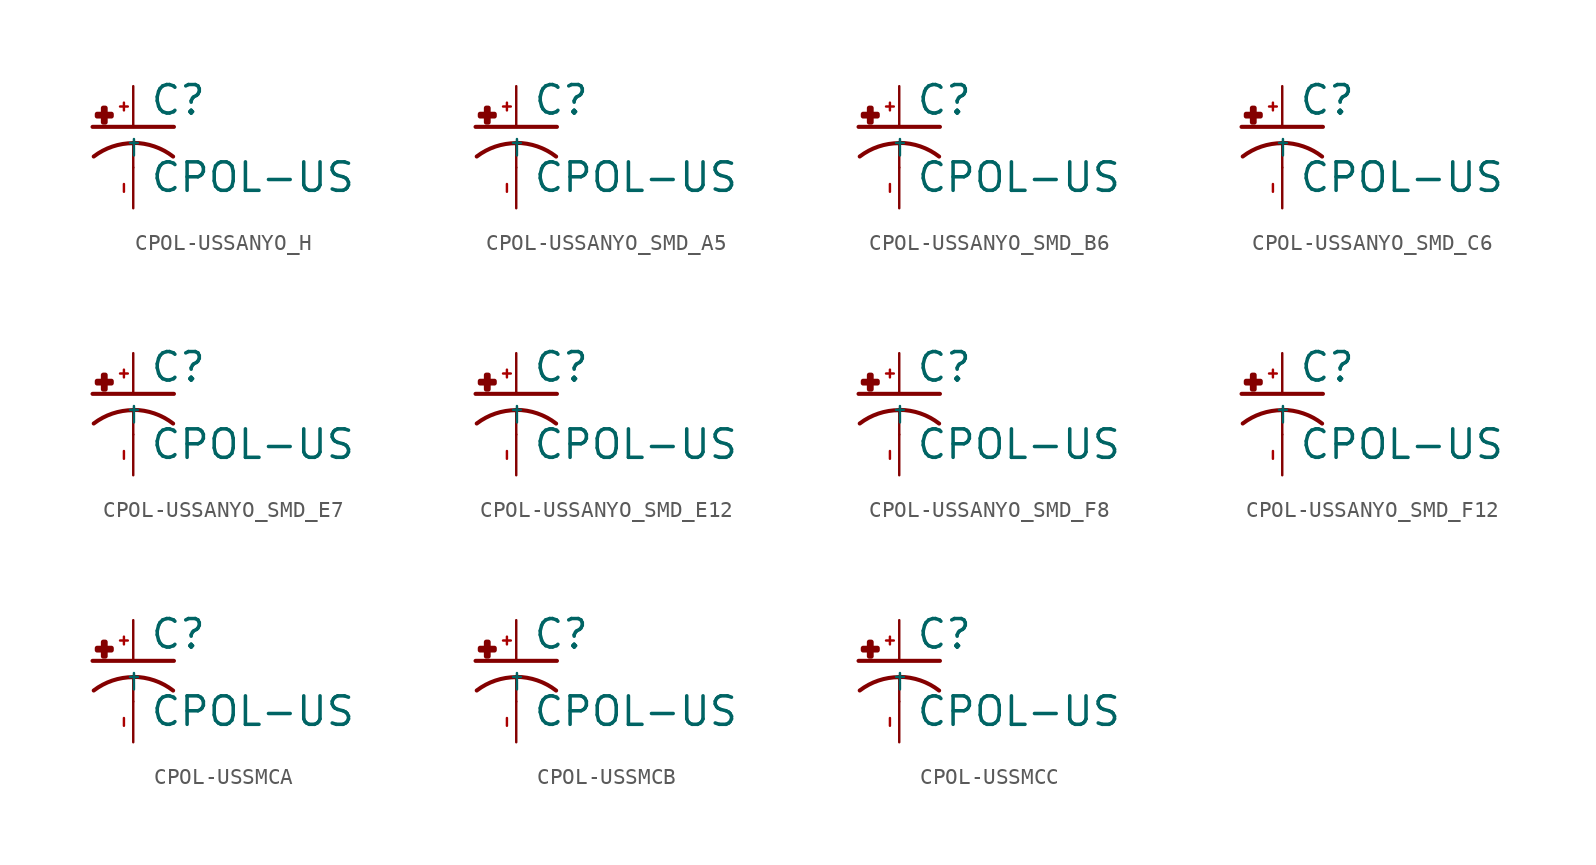
<source format=kicad_sym>
(kicad_symbol_lib
  (version 20220914)
  (generator Eagle2Kicad)
  (symbol "CPOL-USSANYO_H"
    (property "Reference" "C"
      (at 1.016 0.635 0)
      (effects (font (size 1.778 1.778) (thickness 0.22)) (justify left bottom)))
    (property "Value" "CPOL-US"
      (at 1.016 -4.191 0)
      (effects (font (size 1.778 1.778) (thickness 0.22)) (justify left bottom)))
    (polyline
      (pts (xy -2.54 0) (xy 2.54 0))
      (stroke (width 0.254) (type default))
      (fill (type none)))
    (polyline
      (pts (xy 0 -1.016) (xy 0 -2.54))
      (stroke (width 0.152) (type default))
      (fill (type none)))
    (arc
      (start 2.4892 -1.8542)
      (mid 1.316 -1.220)
      (end 0 -1)
      (stroke (width 0.254) (type default))
      (fill (type none)))
    (arc
      (start 0 -1.0161)
      (mid -1.302 -1.230)
      (end -2.4669 -1.8504)
      (stroke (width 0.254) (type default))
      (fill (type none)))
    (rectangle
      (start -2.253 0.668)
      (end -1.364 0.795)
      (stroke (width 0.3) (type default))
      (fill (type outline)))
    (rectangle
      (start -1.872 0.287)
      (end -1.745 1.176)
      (stroke (width 0.3) (type default))
      (fill (type outline)))
    (pin passive line
      (at 0 2.54 270)
      (length 2.54)
      (name "+" (effects (font (size 0.635 0.635) (thickness 0.08)) (justify left bottom)))
      (number "+" (effects (font (size 0.635 0.635) (thickness 0.08)) (justify left bottom))))
    (pin passive line
      (at 0 -5.08 90)
      (length 2.54)
      (name "-" (effects (font (size 0.635 0.635) (thickness 0.08)) (justify left bottom)))
      (number "-" (effects (font (size 0.635 0.635) (thickness 0.08)) (justify left bottom)))))
  (symbol "CPOL-USSANYO_SMD_A5"
    (property "Reference" "C"
      (at 1.016 0.635 0)
      (effects (font (size 1.778 1.778) (thickness 0.22)) (justify left bottom)))
    (property "Value" "CPOL-US"
      (at 1.016 -4.191 0)
      (effects (font (size 1.778 1.778) (thickness 0.22)) (justify left bottom)))
    (polyline
      (pts (xy -2.54 0) (xy 2.54 0))
      (stroke (width 0.254) (type default))
      (fill (type none)))
    (polyline
      (pts (xy 0 -1.016) (xy 0 -2.54))
      (stroke (width 0.152) (type default))
      (fill (type none)))
    (arc
      (start 2.4892 -1.8542)
      (mid 1.316 -1.220)
      (end 0 -1)
      (stroke (width 0.254) (type default))
      (fill (type none)))
    (arc
      (start 0 -1.0161)
      (mid -1.302 -1.230)
      (end -2.4669 -1.8504)
      (stroke (width 0.254) (type default))
      (fill (type none)))
    (rectangle
      (start -2.253 0.668)
      (end -1.364 0.795)
      (stroke (width 0.3) (type default))
      (fill (type outline)))
    (rectangle
      (start -1.872 0.287)
      (end -1.745 1.176)
      (stroke (width 0.3) (type default))
      (fill (type outline)))
    (pin passive line
      (at 0 2.54 270)
      (length 2.54)
      (name "+" (effects (font (size 0.635 0.635) (thickness 0.08)) (justify left bottom)))
      (number "+" (effects (font (size 0.635 0.635) (thickness 0.08)) (justify left bottom))))
    (pin passive line
      (at 0 -5.08 90)
      (length 2.54)
      (name "-" (effects (font (size 0.635 0.635) (thickness 0.08)) (justify left bottom)))
      (number "-" (effects (font (size 0.635 0.635) (thickness 0.08)) (justify left bottom)))))
  (symbol "CPOL-USSANYO_SMD_B6"
    (property "Reference" "C"
      (at 1.016 0.635 0)
      (effects (font (size 1.778 1.778) (thickness 0.22)) (justify left bottom)))
    (property "Value" "CPOL-US"
      (at 1.016 -4.191 0)
      (effects (font (size 1.778 1.778) (thickness 0.22)) (justify left bottom)))
    (polyline
      (pts (xy -2.54 0) (xy 2.54 0))
      (stroke (width 0.254) (type default))
      (fill (type none)))
    (polyline
      (pts (xy 0 -1.016) (xy 0 -2.54))
      (stroke (width 0.152) (type default))
      (fill (type none)))
    (arc
      (start 2.4892 -1.8542)
      (mid 1.316 -1.220)
      (end 0 -1)
      (stroke (width 0.254) (type default))
      (fill (type none)))
    (arc
      (start 0 -1.0161)
      (mid -1.302 -1.230)
      (end -2.4669 -1.8504)
      (stroke (width 0.254) (type default))
      (fill (type none)))
    (rectangle
      (start -2.253 0.668)
      (end -1.364 0.795)
      (stroke (width 0.3) (type default))
      (fill (type outline)))
    (rectangle
      (start -1.872 0.287)
      (end -1.745 1.176)
      (stroke (width 0.3) (type default))
      (fill (type outline)))
    (pin passive line
      (at 0 2.54 270)
      (length 2.54)
      (name "+" (effects (font (size 0.635 0.635) (thickness 0.08)) (justify left bottom)))
      (number "+" (effects (font (size 0.635 0.635) (thickness 0.08)) (justify left bottom))))
    (pin passive line
      (at 0 -5.08 90)
      (length 2.54)
      (name "-" (effects (font (size 0.635 0.635) (thickness 0.08)) (justify left bottom)))
      (number "-" (effects (font (size 0.635 0.635) (thickness 0.08)) (justify left bottom)))))
  (symbol "CPOL-USSANYO_SMD_C6"
    (property "Reference" "C"
      (at 1.016 0.635 0)
      (effects (font (size 1.778 1.778) (thickness 0.22)) (justify left bottom)))
    (property "Value" "CPOL-US"
      (at 1.016 -4.191 0)
      (effects (font (size 1.778 1.778) (thickness 0.22)) (justify left bottom)))
    (polyline
      (pts (xy -2.54 0) (xy 2.54 0))
      (stroke (width 0.254) (type default))
      (fill (type none)))
    (polyline
      (pts (xy 0 -1.016) (xy 0 -2.54))
      (stroke (width 0.152) (type default))
      (fill (type none)))
    (arc
      (start 2.4892 -1.8542)
      (mid 1.316 -1.220)
      (end 0 -1)
      (stroke (width 0.254) (type default))
      (fill (type none)))
    (arc
      (start 0 -1.0161)
      (mid -1.302 -1.230)
      (end -2.4669 -1.8504)
      (stroke (width 0.254) (type default))
      (fill (type none)))
    (rectangle
      (start -2.253 0.668)
      (end -1.364 0.795)
      (stroke (width 0.3) (type default))
      (fill (type outline)))
    (rectangle
      (start -1.872 0.287)
      (end -1.745 1.176)
      (stroke (width 0.3) (type default))
      (fill (type outline)))
    (pin passive line
      (at 0 2.54 270)
      (length 2.54)
      (name "+" (effects (font (size 0.635 0.635) (thickness 0.08)) (justify left bottom)))
      (number "+" (effects (font (size 0.635 0.635) (thickness 0.08)) (justify left bottom))))
    (pin passive line
      (at 0 -5.08 90)
      (length 2.54)
      (name "-" (effects (font (size 0.635 0.635) (thickness 0.08)) (justify left bottom)))
      (number "-" (effects (font (size 0.635 0.635) (thickness 0.08)) (justify left bottom)))))
  (symbol "CPOL-USSANYO_SMD_E7"
    (property "Reference" "C"
      (at 1.016 0.635 0)
      (effects (font (size 1.778 1.778) (thickness 0.22)) (justify left bottom)))
    (property "Value" "CPOL-US"
      (at 1.016 -4.191 0)
      (effects (font (size 1.778 1.778) (thickness 0.22)) (justify left bottom)))
    (polyline
      (pts (xy -2.54 0) (xy 2.54 0))
      (stroke (width 0.254) (type default))
      (fill (type none)))
    (polyline
      (pts (xy 0 -1.016) (xy 0 -2.54))
      (stroke (width 0.152) (type default))
      (fill (type none)))
    (arc
      (start 2.4892 -1.8542)
      (mid 1.316 -1.220)
      (end 0 -1)
      (stroke (width 0.254) (type default))
      (fill (type none)))
    (arc
      (start 0 -1.0161)
      (mid -1.302 -1.230)
      (end -2.4669 -1.8504)
      (stroke (width 0.254) (type default))
      (fill (type none)))
    (rectangle
      (start -2.253 0.668)
      (end -1.364 0.795)
      (stroke (width 0.3) (type default))
      (fill (type outline)))
    (rectangle
      (start -1.872 0.287)
      (end -1.745 1.176)
      (stroke (width 0.3) (type default))
      (fill (type outline)))
    (pin passive line
      (at 0 2.54 270)
      (length 2.54)
      (name "+" (effects (font (size 0.635 0.635) (thickness 0.08)) (justify left bottom)))
      (number "+" (effects (font (size 0.635 0.635) (thickness 0.08)) (justify left bottom))))
    (pin passive line
      (at 0 -5.08 90)
      (length 2.54)
      (name "-" (effects (font (size 0.635 0.635) (thickness 0.08)) (justify left bottom)))
      (number "-" (effects (font (size 0.635 0.635) (thickness 0.08)) (justify left bottom)))))
  (symbol "CPOL-USSANYO_SMD_E12"
    (property "Reference" "C"
      (at 1.016 0.635 0)
      (effects (font (size 1.778 1.778) (thickness 0.22)) (justify left bottom)))
    (property "Value" "CPOL-US"
      (at 1.016 -4.191 0)
      (effects (font (size 1.778 1.778) (thickness 0.22)) (justify left bottom)))
    (polyline
      (pts (xy -2.54 0) (xy 2.54 0))
      (stroke (width 0.254) (type default))
      (fill (type none)))
    (polyline
      (pts (xy 0 -1.016) (xy 0 -2.54))
      (stroke (width 0.152) (type default))
      (fill (type none)))
    (arc
      (start 2.4892 -1.8542)
      (mid 1.316 -1.220)
      (end 0 -1)
      (stroke (width 0.254) (type default))
      (fill (type none)))
    (arc
      (start 0 -1.0161)
      (mid -1.302 -1.230)
      (end -2.4669 -1.8504)
      (stroke (width 0.254) (type default))
      (fill (type none)))
    (rectangle
      (start -2.253 0.668)
      (end -1.364 0.795)
      (stroke (width 0.3) (type default))
      (fill (type outline)))
    (rectangle
      (start -1.872 0.287)
      (end -1.745 1.176)
      (stroke (width 0.3) (type default))
      (fill (type outline)))
    (pin passive line
      (at 0 2.54 270)
      (length 2.54)
      (name "+" (effects (font (size 0.635 0.635) (thickness 0.08)) (justify left bottom)))
      (number "+" (effects (font (size 0.635 0.635) (thickness 0.08)) (justify left bottom))))
    (pin passive line
      (at 0 -5.08 90)
      (length 2.54)
      (name "-" (effects (font (size 0.635 0.635) (thickness 0.08)) (justify left bottom)))
      (number "-" (effects (font (size 0.635 0.635) (thickness 0.08)) (justify left bottom)))))
  (symbol "CPOL-USSANYO_SMD_F8"
    (property "Reference" "C"
      (at 1.016 0.635 0)
      (effects (font (size 1.778 1.778) (thickness 0.22)) (justify left bottom)))
    (property "Value" "CPOL-US"
      (at 1.016 -4.191 0)
      (effects (font (size 1.778 1.778) (thickness 0.22)) (justify left bottom)))
    (polyline
      (pts (xy -2.54 0) (xy 2.54 0))
      (stroke (width 0.254) (type default))
      (fill (type none)))
    (polyline
      (pts (xy 0 -1.016) (xy 0 -2.54))
      (stroke (width 0.152) (type default))
      (fill (type none)))
    (arc
      (start 2.4892 -1.8542)
      (mid 1.316 -1.220)
      (end 0 -1)
      (stroke (width 0.254) (type default))
      (fill (type none)))
    (arc
      (start 0 -1.0161)
      (mid -1.302 -1.230)
      (end -2.4669 -1.8504)
      (stroke (width 0.254) (type default))
      (fill (type none)))
    (rectangle
      (start -2.253 0.668)
      (end -1.364 0.795)
      (stroke (width 0.3) (type default))
      (fill (type outline)))
    (rectangle
      (start -1.872 0.287)
      (end -1.745 1.176)
      (stroke (width 0.3) (type default))
      (fill (type outline)))
    (pin passive line
      (at 0 2.54 270)
      (length 2.54)
      (name "+" (effects (font (size 0.635 0.635) (thickness 0.08)) (justify left bottom)))
      (number "+" (effects (font (size 0.635 0.635) (thickness 0.08)) (justify left bottom))))
    (pin passive line
      (at 0 -5.08 90)
      (length 2.54)
      (name "-" (effects (font (size 0.635 0.635) (thickness 0.08)) (justify left bottom)))
      (number "-" (effects (font (size 0.635 0.635) (thickness 0.08)) (justify left bottom)))))
  (symbol "CPOL-USSANYO_SMD_F12"
    (property "Reference" "C"
      (at 1.016 0.635 0)
      (effects (font (size 1.778 1.778) (thickness 0.22)) (justify left bottom)))
    (property "Value" "CPOL-US"
      (at 1.016 -4.191 0)
      (effects (font (size 1.778 1.778) (thickness 0.22)) (justify left bottom)))
    (polyline
      (pts (xy -2.54 0) (xy 2.54 0))
      (stroke (width 0.254) (type default))
      (fill (type none)))
    (polyline
      (pts (xy 0 -1.016) (xy 0 -2.54))
      (stroke (width 0.152) (type default))
      (fill (type none)))
    (arc
      (start 2.4892 -1.8542)
      (mid 1.316 -1.220)
      (end 0 -1)
      (stroke (width 0.254) (type default))
      (fill (type none)))
    (arc
      (start 0 -1.0161)
      (mid -1.302 -1.230)
      (end -2.4669 -1.8504)
      (stroke (width 0.254) (type default))
      (fill (type none)))
    (rectangle
      (start -2.253 0.668)
      (end -1.364 0.795)
      (stroke (width 0.3) (type default))
      (fill (type outline)))
    (rectangle
      (start -1.872 0.287)
      (end -1.745 1.176)
      (stroke (width 0.3) (type default))
      (fill (type outline)))
    (pin passive line
      (at 0 2.54 270)
      (length 2.54)
      (name "+" (effects (font (size 0.635 0.635) (thickness 0.08)) (justify left bottom)))
      (number "+" (effects (font (size 0.635 0.635) (thickness 0.08)) (justify left bottom))))
    (pin passive line
      (at 0 -5.08 90)
      (length 2.54)
      (name "-" (effects (font (size 0.635 0.635) (thickness 0.08)) (justify left bottom)))
      (number "-" (effects (font (size 0.635 0.635) (thickness 0.08)) (justify left bottom)))))
  (symbol "CPOL-USSMCA"
    (property "Reference" "C"
      (at 1.016 0.635 0)
      (effects (font (size 1.778 1.778) (thickness 0.22)) (justify left bottom)))
    (property "Value" "CPOL-US"
      (at 1.016 -4.191 0)
      (effects (font (size 1.778 1.778) (thickness 0.22)) (justify left bottom)))
    (polyline
      (pts (xy -2.54 0) (xy 2.54 0))
      (stroke (width 0.254) (type default))
      (fill (type none)))
    (polyline
      (pts (xy 0 -1.016) (xy 0 -2.54))
      (stroke (width 0.152) (type default))
      (fill (type none)))
    (arc
      (start 2.4892 -1.8542)
      (mid 1.316 -1.220)
      (end 0 -1)
      (stroke (width 0.254) (type default))
      (fill (type none)))
    (arc
      (start 0 -1.0161)
      (mid -1.302 -1.230)
      (end -2.4669 -1.8504)
      (stroke (width 0.254) (type default))
      (fill (type none)))
    (rectangle
      (start -2.253 0.668)
      (end -1.364 0.795)
      (stroke (width 0.3) (type default))
      (fill (type outline)))
    (rectangle
      (start -1.872 0.287)
      (end -1.745 1.176)
      (stroke (width 0.3) (type default))
      (fill (type outline)))
    (pin passive line
      (at 0 2.54 270)
      (length 2.54)
      (name "+" (effects (font (size 0.635 0.635) (thickness 0.08)) (justify left bottom)))
      (number "+" (effects (font (size 0.635 0.635) (thickness 0.08)) (justify left bottom))))
    (pin passive line
      (at 0 -5.08 90)
      (length 2.54)
      (name "-" (effects (font (size 0.635 0.635) (thickness 0.08)) (justify left bottom)))
      (number "-" (effects (font (size 0.635 0.635) (thickness 0.08)) (justify left bottom)))))
  (symbol "CPOL-USSMCB"
    (property "Reference" "C"
      (at 1.016 0.635 0)
      (effects (font (size 1.778 1.778) (thickness 0.22)) (justify left bottom)))
    (property "Value" "CPOL-US"
      (at 1.016 -4.191 0)
      (effects (font (size 1.778 1.778) (thickness 0.22)) (justify left bottom)))
    (polyline
      (pts (xy -2.54 0) (xy 2.54 0))
      (stroke (width 0.254) (type default))
      (fill (type none)))
    (polyline
      (pts (xy 0 -1.016) (xy 0 -2.54))
      (stroke (width 0.152) (type default))
      (fill (type none)))
    (arc
      (start 2.4892 -1.8542)
      (mid 1.316 -1.220)
      (end 0 -1)
      (stroke (width 0.254) (type default))
      (fill (type none)))
    (arc
      (start 0 -1.0161)
      (mid -1.302 -1.230)
      (end -2.4669 -1.8504)
      (stroke (width 0.254) (type default))
      (fill (type none)))
    (rectangle
      (start -2.253 0.668)
      (end -1.364 0.795)
      (stroke (width 0.3) (type default))
      (fill (type outline)))
    (rectangle
      (start -1.872 0.287)
      (end -1.745 1.176)
      (stroke (width 0.3) (type default))
      (fill (type outline)))
    (pin passive line
      (at 0 2.54 270)
      (length 2.54)
      (name "+" (effects (font (size 0.635 0.635) (thickness 0.08)) (justify left bottom)))
      (number "+" (effects (font (size 0.635 0.635) (thickness 0.08)) (justify left bottom))))
    (pin passive line
      (at 0 -5.08 90)
      (length 2.54)
      (name "-" (effects (font (size 0.635 0.635) (thickness 0.08)) (justify left bottom)))
      (number "-" (effects (font (size 0.635 0.635) (thickness 0.08)) (justify left bottom)))))
  (symbol "CPOL-USSMCC"
    (property "Reference" "C"
      (at 1.016 0.635 0)
      (effects (font (size 1.778 1.778) (thickness 0.22)) (justify left bottom)))
    (property "Value" "CPOL-US"
      (at 1.016 -4.191 0)
      (effects (font (size 1.778 1.778) (thickness 0.22)) (justify left bottom)))
    (polyline
      (pts (xy -2.54 0) (xy 2.54 0))
      (stroke (width 0.254) (type default))
      (fill (type none)))
    (polyline
      (pts (xy 0 -1.016) (xy 0 -2.54))
      (stroke (width 0.152) (type default))
      (fill (type none)))
    (arc
      (start 2.4892 -1.8542)
      (mid 1.316 -1.220)
      (end 0 -1)
      (stroke (width 0.254) (type default))
      (fill (type none)))
    (arc
      (start 0 -1.0161)
      (mid -1.302 -1.230)
      (end -2.4669 -1.8504)
      (stroke (width 0.254) (type default))
      (fill (type none)))
    (rectangle
      (start -2.253 0.668)
      (end -1.364 0.795)
      (stroke (width 0.3) (type default))
      (fill (type outline)))
    (rectangle
      (start -1.872 0.287)
      (end -1.745 1.176)
      (stroke (width 0.3) (type default))
      (fill (type outline)))
    (pin passive line
      (at 0 2.54 270)
      (length 2.54)
      (name "+" (effects (font (size 0.635 0.635) (thickness 0.08)) (justify left bottom)))
      (number "+" (effects (font (size 0.635 0.635) (thickness 0.08)) (justify left bottom))))
    (pin passive line
      (at 0 -5.08 90)
      (length 2.54)
      (name "-" (effects (font (size 0.635 0.635) (thickness 0.08)) (justify left bottom)))
      (number "-" (effects (font (size 0.635 0.635) (thickness 0.08)) (justify left bottom))))))
</source>
